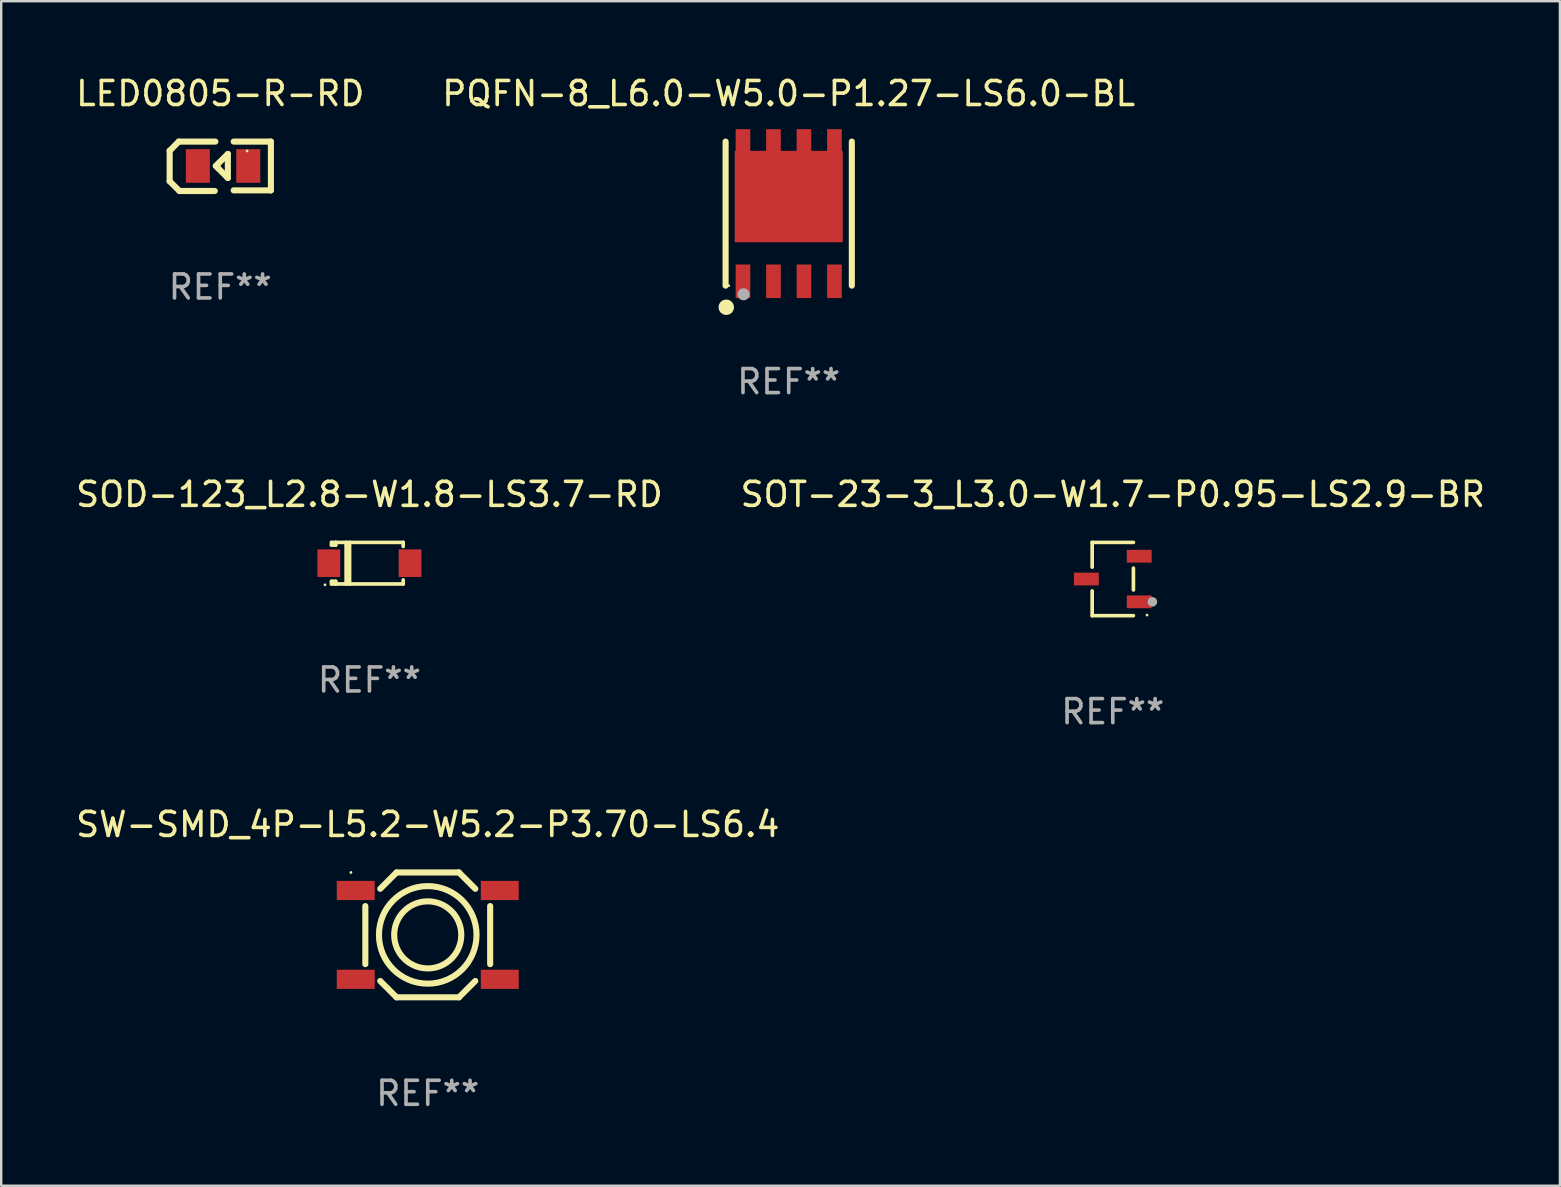
<source format=kicad_pcb>
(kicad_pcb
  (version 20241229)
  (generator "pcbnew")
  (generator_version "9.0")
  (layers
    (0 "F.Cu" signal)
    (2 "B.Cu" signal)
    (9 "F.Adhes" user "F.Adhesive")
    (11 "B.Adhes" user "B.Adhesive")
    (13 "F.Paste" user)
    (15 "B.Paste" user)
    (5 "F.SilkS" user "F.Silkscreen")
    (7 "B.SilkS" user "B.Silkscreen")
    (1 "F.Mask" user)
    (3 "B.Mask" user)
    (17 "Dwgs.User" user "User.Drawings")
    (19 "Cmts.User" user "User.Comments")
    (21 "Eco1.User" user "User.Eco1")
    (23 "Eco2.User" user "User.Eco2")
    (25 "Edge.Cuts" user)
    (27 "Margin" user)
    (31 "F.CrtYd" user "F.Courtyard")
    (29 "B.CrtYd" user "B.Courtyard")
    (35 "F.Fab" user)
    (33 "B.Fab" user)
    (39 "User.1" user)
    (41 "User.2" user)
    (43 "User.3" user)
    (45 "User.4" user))
  (footprint "SOD-123_L2.8-W1.8-LS3.7-RD"
    (layer "F.Cu")
    (at 12.339 20.41)
    (property "Reference" "SOD-123_L2.8-W1.8-LS3.7-RD" (at 0 -2.866 0) (layer "F.SilkS") (effects (font (size 1 1) (thickness 0.15))))
    (attr smd)
    (fp_line (start -1.58 -0.866) (end -1.406 -0.866) (stroke (width 0.152) (type solid)) (layer "F.SilkS"))
    (fp_line (start -1.58 -0.755) (end -1.58 -0.866) (stroke (width 0.152) (type solid)) (layer "F.SilkS"))
    (fp_line (start -1.58 -0.755) (end -1.406 -0.755) (stroke (width 0.152) (type solid)) (layer "F.SilkS"))
    (fp_line (start -1.58 0.755) (end -1.406 0.755) (stroke (width 0.152) (type solid)) (layer "F.SilkS"))
    (fp_line (start -1.58 0.866) (end -1.58 0.755) (stroke (width 0.152) (type solid)) (layer "F.SilkS"))
    (fp_line (start -1.406 -0.866) (end -1.406 -0.755) (stroke (width 0.152) (type solid)) (layer "F.SilkS"))
    (fp_line (start -1.406 -0.866) (end 1.406 -0.866) (stroke (width 0.152) (type solid)) (layer "F.SilkS"))
    (fp_line (start -1.406 0.755) (end -1.406 0.866) (stroke (width 0.152) (type solid)) (layer "F.SilkS"))
    (fp_line (start -1.406 0.866) (end -1.58 0.866) (stroke (width 0.152) (type solid)) (layer "F.SilkS"))
    (fp_line (start -1.406 0.866) (end 1.406 0.866) (stroke (width 0.152) (type solid)) (layer "F.SilkS"))
    (fp_line (start -0.97 -0.866) (end -0.97 0.866) (stroke (width 0.152) (type solid)) (layer "F.SilkS"))
    (fp_line (start -0.827 -0.866) (end -0.827 0.866) (stroke (width 0.152) (type solid)) (layer "F.SilkS"))
    (fp_line (start 1.406 -0.866) (end 1.406 -0.698) (stroke (width 0.152) (type solid)) (layer "F.SilkS"))
    (fp_line (start 1.406 0.866) (end 1.406 0.698) (stroke (width 0.152) (type solid)) (layer "F.SilkS"))
    (fp_circle (center -1.85 0.9) (end -1.82 0.9) (stroke (width 0.06) (type solid)) (fill no) (layer "F.SilkS"))
    (fp_text user "REF**" (at 0 4.866 0) (layer "F.Fab") (effects (font (size 1 1) (thickness 0.15))))
    (pad "1" smd rect (at -1.692 0) (size 0.95 1.15) (layers "F.Cu" "F.Mask" "F.Paste"))
    (pad "2" smd rect (at 1.692 0) (size 0.95 1.15) (layers "F.Cu" "F.Mask" "F.Paste")))
  (footprint "PQFN-8_L6.0-W5.0-P1.27-LS6.0-BL"
    (layer "F.Cu")
    (at 29.804 5.848)
    (property "Reference" "PQFN-8_L6.0-W5.0-P1.27-LS6.0-BL" (at 0.000025 -5 0) (layer "F.SilkS") (effects (font (size 1 1) (thickness 0.15))))
    (attr smd)
    (fp_line (start -2.629 3) (end -2.629 -3) (stroke (width 0.254) (type solid)) (layer "F.SilkS"))
    (fp_line (start 2.629 3) (end 2.629 -3) (stroke (width 0.254) (type solid)) (layer "F.SilkS"))
    (fp_arc (start -2.47648 3.901473) (mid -2.725392 3.900177) (end -2.476479 3.898984) (stroke (width 0.398781) (type solid)) (layer "F.SilkS"))
    (fp_circle (center -2.5 3) (end -2.47 3) (stroke (width 0.06) (type solid)) (fill no) (layer "F.SilkS"))
    (fp_circle (center -1.88 3.36) (end -1.753 3.36) (stroke (width 0.254) (type solid)) (fill no) (layer "F.Fab"))
    (fp_text user "REF**" (at 0.000025 7 0) (layer "F.Fab") (effects (font (size 1 1) (thickness 0.15))))
    (pad "1" smd rect (at -1.905 2.819) (size 0.61 1.397) (layers "F.Cu" "F.Mask" "F.Paste"))
    (pad "2" smd rect (at -0.635 2.819) (size 0.61 1.397) (layers "F.Cu" "F.Mask" "F.Paste"))
    (pad "3" smd rect (at 0.635 2.819) (size 0.61 1.397) (layers "F.Cu" "F.Mask" "F.Paste"))
    (pad "4" smd rect (at 1.905 2.819) (size 0.61 1.397) (layers "F.Cu" "F.Mask" "F.Paste"))
    (pad "5" smd rect (at 1.905 -2.819) (size 0.61 1.397) (layers "F.Cu" "F.Mask" "F.Paste"))
    (pad "6" smd rect (at 0.635 -2.819) (size 0.61 1.397) (layers "F.Cu" "F.Mask" "F.Paste"))
    (pad "7" smd rect (at -0.635 -2.819) (size 0.61 1.397) (layers "F.Cu" "F.Mask" "F.Paste"))
    (pad "8" smd rect (at -1.905 -2.819) (size 0.61 1.397) (layers "F.Cu" "F.Mask" "F.Paste"))
    (pad "9" smd rect (at 0 -0.711 90) (size 3.81 4.5) (layers "F.Cu" "F.Mask" "F.Paste")))
  (footprint "LED0805-R-RD"
    (layer "F.Cu")
    (at 6.241 3.863)
    (property "Reference" "LED0805-R-RD" (at -0.116 -3.015 0) (layer "F.SilkS") (effects (font (size 1 1) (thickness 0.15))))
    (attr smd)
    (fp_line (start -2.224 -0.634) (end -1.843 -1.015) (stroke (width 0.254) (type solid)) (layer "F.SilkS"))
    (fp_line (start -2.224 0.636) (end -2.224 -0.634) (stroke (width 0.254) (type solid)) (layer "F.SilkS"))
    (fp_line (start -1.843 -1.015) (end -0.319 -1.015) (stroke (width 0.254) (type solid)) (layer "F.SilkS"))
    (fp_line (start -1.817 1.043) (end -2.224 0.636) (stroke (width 0.254) (type solid)) (layer "F.SilkS"))
    (fp_line (start -0.344 1.043) (end -1.817 1.043) (stroke (width 0.254) (type solid)) (layer "F.SilkS"))
    (fp_line (start -0.3 0) (end -0.2 0.1) (stroke (width 0.254) (type solid)) (layer "F.SilkS"))
    (fp_line (start -0.2 -0.1) (end -0.3 0) (stroke (width 0.254) (type solid)) (layer "F.SilkS"))
    (fp_line (start -0.2 0.1) (end 0.2 0.5) (stroke (width 0.254) (type solid)) (layer "F.SilkS"))
    (fp_line (start 0.2 -0.5) (end -0.2 -0.1) (stroke (width 0.254) (type solid)) (layer "F.SilkS"))
    (fp_line (start 0.2 -0.5) (end 0.2 0.5) (stroke (width 0.254) (type solid)) (layer "F.SilkS"))
    (fp_line (start 0.443 1.017) (end 1.993 1.017) (stroke (width 0.254) (type solid)) (layer "F.SilkS"))
    (fp_line (start 1.993 -1.015) (end 0.443 -1.015) (stroke (width 0.254) (type solid)) (layer "F.SilkS"))
    (fp_line (start 1.993 1.017) (end 1.993 -1.015) (stroke (width 0.254) (type solid)) (layer "F.SilkS"))
    (fp_circle (center 1 -0.625) (end 1.03 -0.625) (stroke (width 0.06) (type solid)) (fill no) (layer "F.SilkS"))
    (fp_text user "REF**" (at -0.116 5.043 0) (layer "F.Fab") (effects (font (size 1 1) (thickness 0.15))))
    (pad "1" smd rect (at 1.05 0 180) (size 1 1.4) (layers "F.Cu" "F.Mask" "F.Paste"))
    (pad "2" smd rect (at -1.05 0 180) (size 1 1.4) (layers "F.Cu" "F.Mask" "F.Paste")))
  (footprint "SOT-23-3_L3.0-W1.7-P0.95-LS2.9-BR"
    (layer "F.Cu")
    (at 43.304 21.07)
    (property "Reference" "SOT-23-3_L3.0-W1.7-P0.95-LS2.9-BR" (at 0 -3.526 0) (layer "F.SilkS") (effects (font (size 1 1) (thickness 0.15))))
    (attr smd)
    (fp_line (start -0.859 -1.526) (end -0.859 -0.495) (stroke (width 0.152) (type solid)) (layer "F.SilkS"))
    (fp_line (start -0.859 1.526) (end -0.859 0.495) (stroke (width 0.152) (type solid)) (layer "F.SilkS"))
    (fp_line (start 0.859 -1.526) (end -0.859 -1.526) (stroke (width 0.152) (type solid)) (layer "F.SilkS"))
    (fp_line (start 0.859 -0.455) (end 0.859 0.455) (stroke (width 0.152) (type solid)) (layer "F.SilkS"))
    (fp_line (start 0.859 1.526) (end -0.859 1.526) (stroke (width 0.152) (type solid)) (layer "F.SilkS"))
    (fp_circle (center 1.425 1.5) (end 1.455 1.5) (stroke (width 0.06) (type solid)) (fill no) (layer "F.SilkS"))
    (fp_circle (center 1.65 0.95) (end 1.75 0.95) (stroke (width 0.2) (type solid)) (fill no) (layer "F.Fab"))
    (fp_text user "REF**" (at 0 5.526 0) (layer "F.Fab") (effects (font (size 1 1) (thickness 0.15))))
    (pad "1" smd rect (at 1.101 0.95) (size 1.037 0.532) (layers "F.Cu" "F.Mask" "F.Paste"))
    (pad "2" smd rect (at 1.101 -0.95) (size 1.037 0.532) (layers "F.Cu" "F.Mask" "F.Paste"))
    (pad "3" smd rect (at -1.101 0) (size 1.037 0.532) (layers "F.Cu" "F.Mask" "F.Paste")))
  (footprint "SW-SMD_4P-L5.2-W5.2-P3.70-LS6.4"
    (layer "F.Cu")
    (at 14.768 35.893)
    (property "Reference" "SW-SMD_4P-L5.2-W5.2-P3.70-LS6.4" (at 0 -4.6 0) (layer "F.SilkS") (effects (font (size 1 1) (thickness 0.15))))
    (attr smd)
    (fp_line (start -2.6 -1.2) (end -2.6 1.219) (stroke (width 0.254) (type solid)) (layer "F.SilkS"))
    (fp_line (start -1.98 1.92) (end -1.3 2.6) (stroke (width 0.254) (type solid)) (layer "F.SilkS"))
    (fp_line (start -1.3 -2.6) (end -1.98 -1.92) (stroke (width 0.254) (type solid)) (layer "F.SilkS"))
    (fp_line (start -1.3 2.6) (end 1.3 2.6) (stroke (width 0.254) (type solid)) (layer "F.SilkS"))
    (fp_line (start 1.3 -2.6) (end -1.3 -2.6) (stroke (width 0.254) (type solid)) (layer "F.SilkS"))
    (fp_line (start 1.3 2.6) (end 1.98 1.92) (stroke (width 0.254) (type solid)) (layer "F.SilkS"))
    (fp_line (start 1.98 -1.92) (end 1.3 -2.6) (stroke (width 0.254) (type solid)) (layer "F.SilkS"))
    (fp_line (start 2.6 -1.2) (end 2.6 1.219) (stroke (width 0.254) (type solid)) (layer "F.SilkS"))
    (fp_circle (center -3.2 -2.6) (end -3.17 -2.6) (stroke (width 0.06) (type solid)) (fill no) (layer "F.SilkS"))
    (fp_circle (center 0 0) (end 1.397 0) (stroke (width 0.254) (type solid)) (fill no) (layer "F.SilkS"))
    (fp_circle (center 0 0) (end 2.032 0) (stroke (width 0.254) (type solid)) (fill no) (layer "F.SilkS"))
    (fp_text user "REF**" (at 0 6.6 0) (layer "F.Fab") (effects (font (size 1 1) (thickness 0.15))))
    (pad "1" smd rect (at -3 -1.85) (size 1.58 0.8) (layers "F.Cu" "F.Mask" "F.Paste"))
    (pad "2" smd rect (at 3 -1.85) (size 1.58 0.8) (layers "F.Cu" "F.Mask" "F.Paste"))
    (pad "3" smd rect (at -3 1.85) (size 1.58 0.8) (layers "F.Cu" "F.Mask" "F.Paste"))
    (pad "4" smd rect (at 3 1.85) (size 1.58 0.8) (layers "F.Cu" "F.Mask" "F.Paste")))
  (gr_rect
    (start -3 -3)
    (end 61.929 46.341)
    (stroke (width 0.1) (type default))
    (fill no)
    (layer "Edge.Cuts")))
</source>
